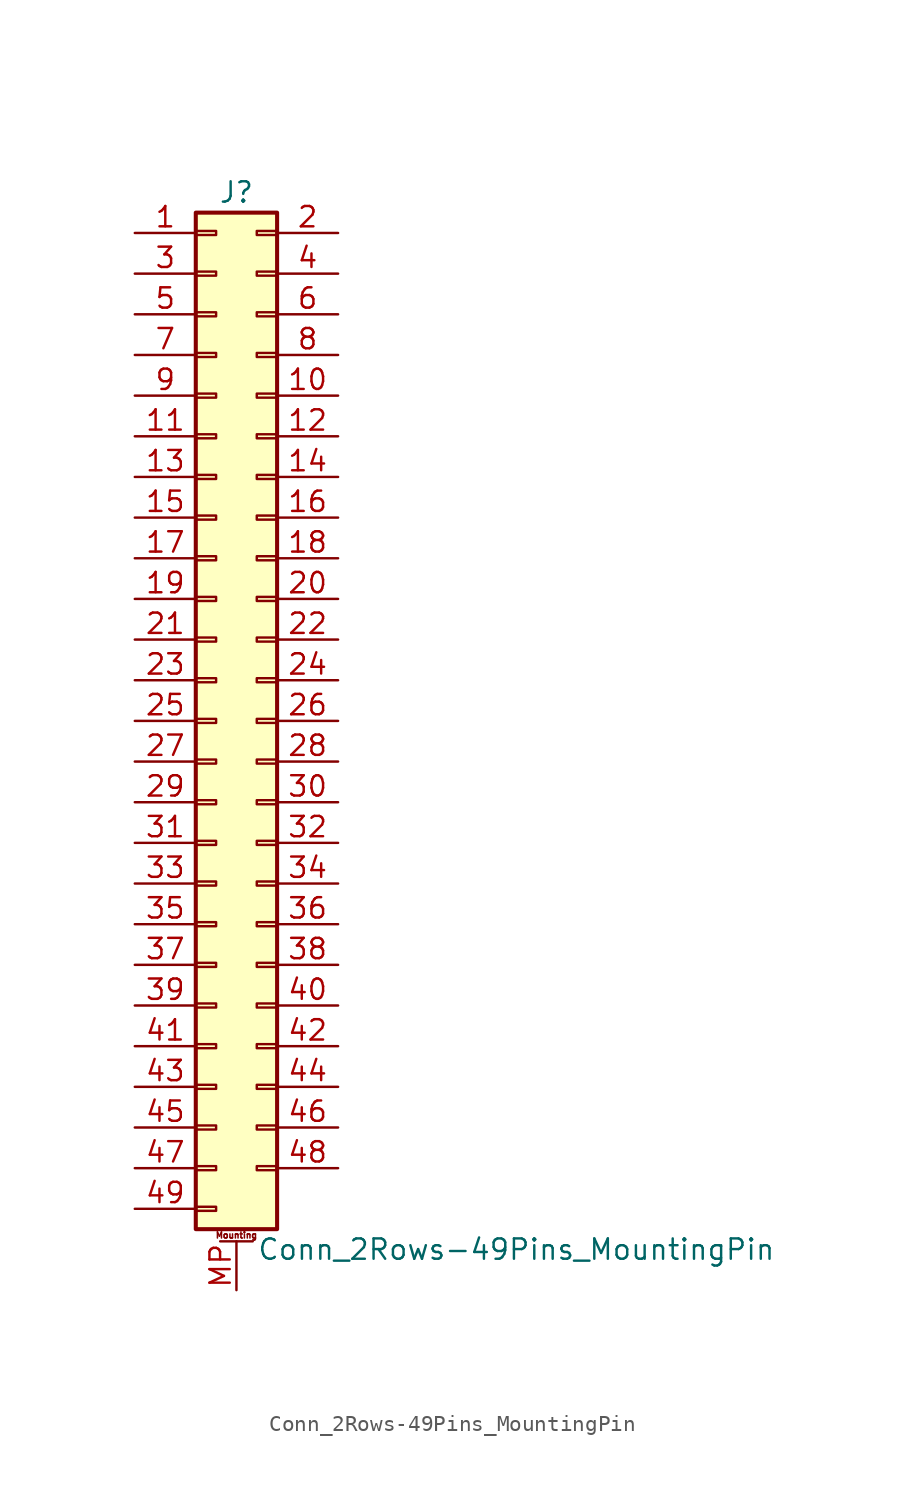
<source format=kicad_sym>
(kicad_symbol_lib
  (version 20220914)
  (generator kicad_symbol_editor)
  (symbol "Conn_2Rows-49Pins_MountingPin"
    (pin_names
      (offset 1.016) hide)
    (property "Reference" "J"
      (at 1.27 33.02 0)
      (effects (font (size 1.27 1.27))))
    (property "Value" "Conn_2Rows-49Pins_MountingPin"
      (at 2.54 -33.02 0)
      (effects (font (size 1.27 1.27)) (justify left)))
    (symbol "Conn_2Rows-49Pins_MountingPin_1_1"
      (rectangle (start -1.27 -30.353) (end 0 -30.607) (stroke (width 0.152) (type default)) (fill (type none)))
      (rectangle (start -1.27 -27.813) (end 0 -28.067) (stroke (width 0.152) (type default)) (fill (type none)))
      (rectangle (start -1.27 -25.273) (end 0 -25.527) (stroke (width 0.152) (type default)) (fill (type none)))
      (rectangle (start -1.27 -22.733) (end 0 -22.987) (stroke (width 0.152) (type default)) (fill (type none)))
      (rectangle (start -1.27 -20.193) (end 0 -20.447) (stroke (width 0.152) (type default)) (fill (type none)))
      (rectangle (start -1.27 -17.653) (end 0 -17.907) (stroke (width 0.152) (type default)) (fill (type none)))
      (rectangle (start -1.27 -15.113) (end 0 -15.367) (stroke (width 0.152) (type default)) (fill (type none)))
      (rectangle (start -1.27 -12.573) (end 0 -12.827) (stroke (width 0.152) (type default)) (fill (type none)))
      (rectangle (start -1.27 -10.033) (end 0 -10.287) (stroke (width 0.152) (type default)) (fill (type none)))
      (rectangle (start -1.27 -7.493) (end 0 -7.747) (stroke (width 0.152) (type default)) (fill (type none)))
      (rectangle (start -1.27 -4.953) (end 0 -5.207) (stroke (width 0.152) (type default)) (fill (type none)))
      (rectangle (start -1.27 -2.413) (end 0 -2.667) (stroke (width 0.152) (type default)) (fill (type none)))
      (rectangle (start -1.27 0.127) (end 0 -0.127) (stroke (width 0.152) (type default)) (fill (type none)))
      (rectangle (start -1.27 2.667) (end 0 2.413) (stroke (width 0.152) (type default)) (fill (type none)))
      (rectangle (start -1.27 5.207) (end 0 4.953) (stroke (width 0.152) (type default)) (fill (type none)))
      (rectangle (start -1.27 7.747) (end 0 7.493) (stroke (width 0.152) (type default)) (fill (type none)))
      (rectangle (start -1.27 10.287) (end 0 10.033) (stroke (width 0.152) (type default)) (fill (type none)))
      (rectangle (start -1.27 12.827) (end 0 12.573) (stroke (width 0.152) (type default)) (fill (type none)))
      (rectangle (start -1.27 15.367) (end 0 15.113) (stroke (width 0.152) (type default)) (fill (type none)))
      (rectangle (start -1.27 17.907) (end 0 17.653) (stroke (width 0.152) (type default)) (fill (type none)))
      (rectangle (start -1.27 20.447) (end 0 20.193) (stroke (width 0.152) (type default)) (fill (type none)))
      (rectangle (start -1.27 22.987) (end 0 22.733) (stroke (width 0.152) (type default)) (fill (type none)))
      (rectangle (start -1.27 25.527) (end 0 25.273) (stroke (width 0.152) (type default)) (fill (type none)))
      (rectangle (start -1.27 28.067) (end 0 27.813) (stroke (width 0.152) (type default)) (fill (type none)))
      (rectangle (start -1.27 30.607) (end 0 30.353) (stroke (width 0.152) (type default)) (fill (type none)))
      (rectangle (start -1.27 31.75) (end 3.81 -31.75) (stroke (width 0.254) (type default)) (fill (type background)))
      (polyline (pts (xy 0.254 -32.512) (xy 2.286 -32.512)) (stroke (width 0.152) (type default)) (fill (type none)))
      (rectangle (start 3.81 -27.813) (end 2.54 -28.067) (stroke (width 0.152) (type default)) (fill (type none)))
      (rectangle (start 3.81 -25.273) (end 2.54 -25.527) (stroke (width 0.152) (type default)) (fill (type none)))
      (rectangle (start 3.81 -22.733) (end 2.54 -22.987) (stroke (width 0.152) (type default)) (fill (type none)))
      (rectangle (start 3.81 -20.193) (end 2.54 -20.447) (stroke (width 0.152) (type default)) (fill (type none)))
      (rectangle (start 3.81 -17.653) (end 2.54 -17.907) (stroke (width 0.152) (type default)) (fill (type none)))
      (rectangle (start 3.81 -15.113) (end 2.54 -15.367) (stroke (width 0.152) (type default)) (fill (type none)))
      (rectangle (start 3.81 -12.573) (end 2.54 -12.827) (stroke (width 0.152) (type default)) (fill (type none)))
      (rectangle (start 3.81 -10.033) (end 2.54 -10.287) (stroke (width 0.152) (type default)) (fill (type none)))
      (rectangle (start 3.81 -7.493) (end 2.54 -7.747) (stroke (width 0.152) (type default)) (fill (type none)))
      (rectangle (start 3.81 -4.953) (end 2.54 -5.207) (stroke (width 0.152) (type default)) (fill (type none)))
      (rectangle (start 3.81 -2.413) (end 2.54 -2.667) (stroke (width 0.152) (type default)) (fill (type none)))
      (rectangle (start 3.81 0.127) (end 2.54 -0.127) (stroke (width 0.152) (type default)) (fill (type none)))
      (rectangle (start 3.81 2.667) (end 2.54 2.413) (stroke (width 0.152) (type default)) (fill (type none)))
      (rectangle (start 3.81 5.207) (end 2.54 4.953) (stroke (width 0.152) (type default)) (fill (type none)))
      (rectangle (start 3.81 7.747) (end 2.54 7.493) (stroke (width 0.152) (type default)) (fill (type none)))
      (rectangle (start 3.81 10.287) (end 2.54 10.033) (stroke (width 0.152) (type default)) (fill (type none)))
      (rectangle (start 3.81 12.827) (end 2.54 12.573) (stroke (width 0.152) (type default)) (fill (type none)))
      (rectangle (start 3.81 15.367) (end 2.54 15.113) (stroke (width 0.152) (type default)) (fill (type none)))
      (rectangle (start 3.81 17.907) (end 2.54 17.653) (stroke (width 0.152) (type default)) (fill (type none)))
      (rectangle (start 3.81 20.447) (end 2.54 20.193) (stroke (width 0.152) (type default)) (fill (type none)))
      (rectangle (start 3.81 22.987) (end 2.54 22.733) (stroke (width 0.152) (type default)) (fill (type none)))
      (rectangle (start 3.81 25.527) (end 2.54 25.273) (stroke (width 0.152) (type default)) (fill (type none)))
      (rectangle (start 3.81 28.067) (end 2.54 27.813) (stroke (width 0.152) (type default)) (fill (type none)))
      (rectangle (start 3.81 30.607) (end 2.54 30.353) (stroke (width 0.152) (type default)) (fill (type none)))
      (text "Mounting" (at 1.27 -32.131 0) (effects (font (size 0.381 0.381))))
      (pin passive line (at -5.08 30.48 0) (length 3.81) (name "Pin_1" (effects (font (size 1.27 1.27)))) (number "1" (effects (font (size 1.27 1.27)))))
      (pin passive line (at 7.62 20.32 180) (length 3.81) (name "Pin_10" (effects (font (size 1.27 1.27)))) (number "10" (effects (font (size 1.27 1.27)))))
      (pin passive line (at -5.08 17.78 0) (length 3.81) (name "Pin_11" (effects (font (size 1.27 1.27)))) (number "11" (effects (font (size 1.27 1.27)))))
      (pin passive line (at 7.62 17.78 180) (length 3.81) (name "Pin_12" (effects (font (size 1.27 1.27)))) (number "12" (effects (font (size 1.27 1.27)))))
      (pin passive line (at -5.08 15.24 0) (length 3.81) (name "Pin_13" (effects (font (size 1.27 1.27)))) (number "13" (effects (font (size 1.27 1.27)))))
      (pin passive line (at 7.62 15.24 180) (length 3.81) (name "Pin_14" (effects (font (size 1.27 1.27)))) (number "14" (effects (font (size 1.27 1.27)))))
      (pin passive line (at -5.08 12.7 0) (length 3.81) (name "Pin_15" (effects (font (size 1.27 1.27)))) (number "15" (effects (font (size 1.27 1.27)))))
      (pin passive line (at 7.62 12.7 180) (length 3.81) (name "Pin_16" (effects (font (size 1.27 1.27)))) (number "16" (effects (font (size 1.27 1.27)))))
      (pin passive line (at -5.08 10.16 0) (length 3.81) (name "Pin_17" (effects (font (size 1.27 1.27)))) (number "17" (effects (font (size 1.27 1.27)))))
      (pin passive line (at 7.62 10.16 180) (length 3.81) (name "Pin_18" (effects (font (size 1.27 1.27)))) (number "18" (effects (font (size 1.27 1.27)))))
      (pin passive line (at -5.08 7.62 0) (length 3.81) (name "Pin_19" (effects (font (size 1.27 1.27)))) (number "19" (effects (font (size 1.27 1.27)))))
      (pin passive line (at 7.62 30.48 180) (length 3.81) (name "Pin_2" (effects (font (size 1.27 1.27)))) (number "2" (effects (font (size 1.27 1.27)))))
      (pin passive line (at 7.62 7.62 180) (length 3.81) (name "Pin_20" (effects (font (size 1.27 1.27)))) (number "20" (effects (font (size 1.27 1.27)))))
      (pin passive line (at -5.08 5.08 0) (length 3.81) (name "Pin_21" (effects (font (size 1.27 1.27)))) (number "21" (effects (font (size 1.27 1.27)))))
      (pin passive line (at 7.62 5.08 180) (length 3.81) (name "Pin_22" (effects (font (size 1.27 1.27)))) (number "22" (effects (font (size 1.27 1.27)))))
      (pin passive line (at -5.08 2.54 0) (length 3.81) (name "Pin_23" (effects (font (size 1.27 1.27)))) (number "23" (effects (font (size 1.27 1.27)))))
      (pin passive line (at 7.62 2.54 180) (length 3.81) (name "Pin_24" (effects (font (size 1.27 1.27)))) (number "24" (effects (font (size 1.27 1.27)))))
      (pin passive line (at -5.08 0 0) (length 3.81) (name "Pin_25" (effects (font (size 1.27 1.27)))) (number "25" (effects (font (size 1.27 1.27)))))
      (pin passive line (at 7.62 0 180) (length 3.81) (name "Pin_26" (effects (font (size 1.27 1.27)))) (number "26" (effects (font (size 1.27 1.27)))))
      (pin passive line (at -5.08 -2.54 0) (length 3.81) (name "Pin_27" (effects (font (size 1.27 1.27)))) (number "27" (effects (font (size 1.27 1.27)))))
      (pin passive line (at 7.62 -2.54 180) (length 3.81) (name "Pin_28" (effects (font (size 1.27 1.27)))) (number "28" (effects (font (size 1.27 1.27)))))
      (pin passive line (at -5.08 -5.08 0) (length 3.81) (name "Pin_29" (effects (font (size 1.27 1.27)))) (number "29" (effects (font (size 1.27 1.27)))))
      (pin passive line (at -5.08 27.94 0) (length 3.81) (name "Pin_3" (effects (font (size 1.27 1.27)))) (number "3" (effects (font (size 1.27 1.27)))))
      (pin passive line (at 7.62 -5.08 180) (length 3.81) (name "Pin_30" (effects (font (size 1.27 1.27)))) (number "30" (effects (font (size 1.27 1.27)))))
      (pin passive line (at -5.08 -7.62 0) (length 3.81) (name "Pin_31" (effects (font (size 1.27 1.27)))) (number "31" (effects (font (size 1.27 1.27)))))
      (pin passive line (at 7.62 -7.62 180) (length 3.81) (name "Pin_32" (effects (font (size 1.27 1.27)))) (number "32" (effects (font (size 1.27 1.27)))))
      (pin passive line (at -5.08 -10.16 0) (length 3.81) (name "Pin_33" (effects (font (size 1.27 1.27)))) (number "33" (effects (font (size 1.27 1.27)))))
      (pin passive line (at 7.62 -10.16 180) (length 3.81) (name "Pin_34" (effects (font (size 1.27 1.27)))) (number "34" (effects (font (size 1.27 1.27)))))
      (pin passive line (at -5.08 -12.7 0) (length 3.81) (name "Pin_35" (effects (font (size 1.27 1.27)))) (number "35" (effects (font (size 1.27 1.27)))))
      (pin passive line (at 7.62 -12.7 180) (length 3.81) (name "Pin_36" (effects (font (size 1.27 1.27)))) (number "36" (effects (font (size 1.27 1.27)))))
      (pin passive line (at -5.08 -15.24 0) (length 3.81) (name "Pin_37" (effects (font (size 1.27 1.27)))) (number "37" (effects (font (size 1.27 1.27)))))
      (pin passive line (at 7.62 -15.24 180) (length 3.81) (name "Pin_38" (effects (font (size 1.27 1.27)))) (number "38" (effects (font (size 1.27 1.27)))))
      (pin passive line (at -5.08 -17.78 0) (length 3.81) (name "Pin_39" (effects (font (size 1.27 1.27)))) (number "39" (effects (font (size 1.27 1.27)))))
      (pin passive line (at 7.62 27.94 180) (length 3.81) (name "Pin_4" (effects (font (size 1.27 1.27)))) (number "4" (effects (font (size 1.27 1.27)))))
      (pin passive line (at 7.62 -17.78 180) (length 3.81) (name "Pin_40" (effects (font (size 1.27 1.27)))) (number "40" (effects (font (size 1.27 1.27)))))
      (pin passive line (at -5.08 -20.32 0) (length 3.81) (name "Pin_41" (effects (font (size 1.27 1.27)))) (number "41" (effects (font (size 1.27 1.27)))))
      (pin passive line (at 7.62 -20.32 180) (length 3.81) (name "Pin_42" (effects (font (size 1.27 1.27)))) (number "42" (effects (font (size 1.27 1.27)))))
      (pin passive line (at -5.08 -22.86 0) (length 3.81) (name "Pin_43" (effects (font (size 1.27 1.27)))) (number "43" (effects (font (size 1.27 1.27)))))
      (pin passive line (at 7.62 -22.86 180) (length 3.81) (name "Pin_44" (effects (font (size 1.27 1.27)))) (number "44" (effects (font (size 1.27 1.27)))))
      (pin passive line (at -5.08 -25.4 0) (length 3.81) (name "Pin_45" (effects (font (size 1.27 1.27)))) (number "45" (effects (font (size 1.27 1.27)))))
      (pin passive line (at 7.62 -25.4 180) (length 3.81) (name "Pin_46" (effects (font (size 1.27 1.27)))) (number "46" (effects (font (size 1.27 1.27)))))
      (pin passive line (at -5.08 -27.94 0) (length 3.81) (name "Pin_47" (effects (font (size 1.27 1.27)))) (number "47" (effects (font (size 1.27 1.27)))))
      (pin passive line (at 7.62 -27.94 180) (length 3.81) (name "Pin_48" (effects (font (size 1.27 1.27)))) (number "48" (effects (font (size 1.27 1.27)))))
      (pin passive line (at -5.08 -30.48 0) (length 3.81) (name "Pin_49" (effects (font (size 1.27 1.27)))) (number "49" (effects (font (size 1.27 1.27)))))
      (pin passive line (at -5.08 25.4 0) (length 3.81) (name "Pin_5" (effects (font (size 1.27 1.27)))) (number "5" (effects (font (size 1.27 1.27)))))
      (pin passive line (at 7.62 25.4 180) (length 3.81) (name "Pin_6" (effects (font (size 1.27 1.27)))) (number "6" (effects (font (size 1.27 1.27)))))
      (pin passive line (at -5.08 22.86 0) (length 3.81) (name "Pin_7" (effects (font (size 1.27 1.27)))) (number "7" (effects (font (size 1.27 1.27)))))
      (pin passive line (at 7.62 22.86 180) (length 3.81) (name "Pin_8" (effects (font (size 1.27 1.27)))) (number "8" (effects (font (size 1.27 1.27)))))
      (pin passive line (at -5.08 20.32 0) (length 3.81) (name "Pin_9" (effects (font (size 1.27 1.27)))) (number "9" (effects (font (size 1.27 1.27)))))
      (pin passive line (at 1.27 -35.56 90) (length 3.048) (name "MountPin" (effects (font (size 1.27 1.27)))) (number "MP" (effects (font (size 1.27 1.27))))))))
</source>
